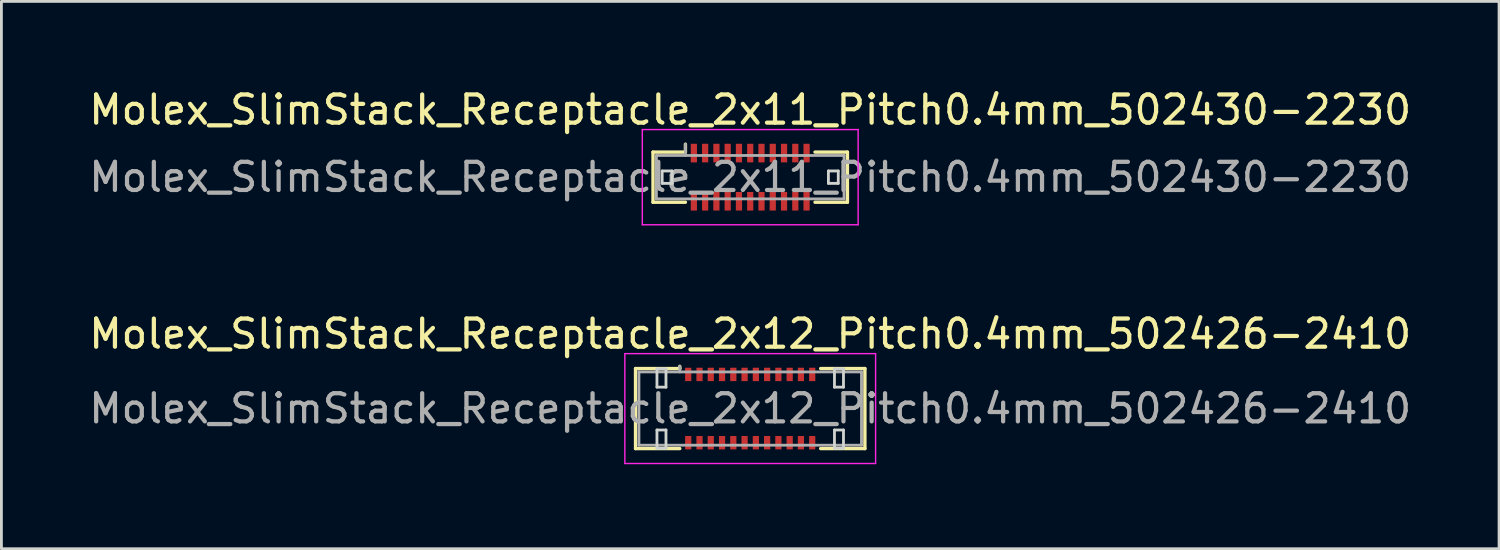
<source format=kicad_pcb>
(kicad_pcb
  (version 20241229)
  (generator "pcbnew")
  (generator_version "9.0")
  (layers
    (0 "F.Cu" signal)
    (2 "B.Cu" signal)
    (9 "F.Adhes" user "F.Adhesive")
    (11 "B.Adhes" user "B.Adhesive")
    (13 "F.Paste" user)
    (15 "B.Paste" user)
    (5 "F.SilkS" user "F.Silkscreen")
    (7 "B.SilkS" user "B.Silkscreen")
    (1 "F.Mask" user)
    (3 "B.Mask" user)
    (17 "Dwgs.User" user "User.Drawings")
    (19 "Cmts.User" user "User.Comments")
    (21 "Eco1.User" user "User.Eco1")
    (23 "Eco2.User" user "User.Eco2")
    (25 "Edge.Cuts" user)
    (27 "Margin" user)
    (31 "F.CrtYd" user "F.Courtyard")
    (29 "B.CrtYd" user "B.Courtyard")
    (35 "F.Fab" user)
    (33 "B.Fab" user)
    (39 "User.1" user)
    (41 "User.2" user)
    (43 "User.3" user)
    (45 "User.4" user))
  (footprint "Molex_SlimStack_Receptacle_2x12_Pitch0.4mm_502426-2410"
    (layer "F.Cu")
    (at 23.577 11.451)
    (property "Reference" "Molex_SlimStack_Receptacle_2x12_Pitch0.4mm_502426-2410" (at 0 -2.65 0) (layer "F.SilkS") (effects (font (size 1 1) (thickness 0.15))))
    (attr smd)
    (fp_line (start -4.07 -1.42) (end -2.5 -1.42) (stroke (width 0.12) (type solid)) (layer "F.SilkS"))
    (fp_line (start -4.07 1.42) (end -4.07 -1.42) (stroke (width 0.12) (type solid)) (layer "F.SilkS"))
    (fp_line (start -2.5 -1.42) (end -2.5 -1.5) (stroke (width 0.12) (type solid)) (layer "F.SilkS"))
    (fp_line (start -2.5 1.42) (end -4.07 1.42) (stroke (width 0.12) (type solid)) (layer "F.SilkS"))
    (fp_line (start 2.5 1.42) (end 4.07 1.42) (stroke (width 0.12) (type solid)) (layer "F.SilkS"))
    (fp_line (start 4.07 -1.42) (end 2.5 -1.42) (stroke (width 0.12) (type solid)) (layer "F.SilkS"))
    (fp_line (start 4.07 1.42) (end 4.07 -1.42) (stroke (width 0.12) (type solid)) (layer "F.SilkS"))
    (fp_line (start -3.31 -1.41) (end -3.31 -0.76) (stroke (width 0.1) (type solid)) (layer "Edge.Cuts"))
    (fp_line (start -3.31 -0.76) (end -2.99 -0.76) (stroke (width 0.1) (type solid)) (layer "Edge.Cuts"))
    (fp_line (start -3.31 0.76) (end -3.31 1.41) (stroke (width 0.1) (type solid)) (layer "Edge.Cuts"))
    (fp_line (start -3.31 1.41) (end -2.99 1.41) (stroke (width 0.1) (type solid)) (layer "Edge.Cuts"))
    (fp_line (start -2.99 -1.41) (end -3.31 -1.41) (stroke (width 0.1) (type solid)) (layer "Edge.Cuts"))
    (fp_line (start -2.99 -0.76) (end -2.99 -1.41) (stroke (width 0.1) (type solid)) (layer "Edge.Cuts"))
    (fp_line (start -2.99 0.76) (end -3.31 0.76) (stroke (width 0.1) (type solid)) (layer "Edge.Cuts"))
    (fp_line (start -2.99 1.41) (end -2.99 0.76) (stroke (width 0.1) (type solid)) (layer "Edge.Cuts"))
    (fp_line (start 2.99 -1.41) (end 2.99 -0.76) (stroke (width 0.1) (type solid)) (layer "Edge.Cuts"))
    (fp_line (start 2.99 -0.76) (end 3.31 -0.76) (stroke (width 0.1) (type solid)) (layer "Edge.Cuts"))
    (fp_line (start 2.99 0.76) (end 2.99 1.41) (stroke (width 0.1) (type solid)) (layer "Edge.Cuts"))
    (fp_line (start 2.99 1.41) (end 3.31 1.41) (stroke (width 0.1) (type solid)) (layer "Edge.Cuts"))
    (fp_line (start 3.31 -1.41) (end 2.99 -1.41) (stroke (width 0.1) (type solid)) (layer "Edge.Cuts"))
    (fp_line (start 3.31 -0.76) (end 3.31 -1.41) (stroke (width 0.1) (type solid)) (layer "Edge.Cuts"))
    (fp_line (start 3.31 0.76) (end 2.99 0.76) (stroke (width 0.1) (type solid)) (layer "Edge.Cuts"))
    (fp_line (start 3.31 1.41) (end 3.31 0.76) (stroke (width 0.1) (type solid)) (layer "Edge.Cuts"))
    (fp_line (start -4.45 -1.95) (end -4.45 1.95) (stroke (width 0.05) (type solid)) (layer "F.CrtYd"))
    (fp_line (start -4.45 1.95) (end 4.45 1.95) (stroke (width 0.05) (type solid)) (layer "F.CrtYd"))
    (fp_line (start 4.45 -1.95) (end -4.45 -1.95) (stroke (width 0.05) (type solid)) (layer "F.CrtYd"))
    (fp_line (start 4.45 1.95) (end 4.45 -1.95) (stroke (width 0.05) (type solid)) (layer "F.CrtYd"))
    (fp_line (start -3.95 -1.3) (end -3.95 1.3) (stroke (width 0.1) (type solid)) (layer "F.Fab"))
    (fp_line (start -3.95 1.3) (end 3.95 1.3) (stroke (width 0.1) (type solid)) (layer "F.Fab"))
    (fp_line (start -2.5 -1.3) (end -2.5 -1.5) (stroke (width 0.1) (type solid)) (layer "F.Fab"))
    (fp_line (start 3.95 -1.3) (end -3.95 -1.3) (stroke (width 0.1) (type solid)) (layer "F.Fab"))
    (fp_line (start 3.95 1.3) (end 3.95 -1.3) (stroke (width 0.1) (type solid)) (layer "F.Fab"))
    (fp_text user "${REFERENCE}" (at 0 0 0) (layer "F.Fab") (effects (font (size 1 1) (thickness 0.15))))
    (pad "1" smd rect (at -2.2 -1.212) (size 0.22 0.475) (layers "F.Cu" "F.Mask" "F.Paste"))
    (pad "2" smd rect (at -2.2 1.212) (size 0.22 0.475) (layers "F.Cu" "F.Mask" "F.Paste"))
    (pad "3" smd rect (at -1.8 -1.212) (size 0.22 0.475) (layers "F.Cu" "F.Mask" "F.Paste"))
    (pad "4" smd rect (at -1.8 1.212) (size 0.22 0.475) (layers "F.Cu" "F.Mask" "F.Paste"))
    (pad "5" smd rect (at -1.4 -1.212) (size 0.22 0.475) (layers "F.Cu" "F.Mask" "F.Paste"))
    (pad "6" smd rect (at -1.4 1.212) (size 0.22 0.475) (layers "F.Cu" "F.Mask" "F.Paste"))
    (pad "7" smd rect (at -1 -1.212) (size 0.22 0.475) (layers "F.Cu" "F.Mask" "F.Paste"))
    (pad "8" smd rect (at -1 1.212) (size 0.22 0.475) (layers "F.Cu" "F.Mask" "F.Paste"))
    (pad "9" smd rect (at -0.6 -1.212) (size 0.22 0.475) (layers "F.Cu" "F.Mask" "F.Paste"))
    (pad "10" smd rect (at -0.6 1.212) (size 0.22 0.475) (layers "F.Cu" "F.Mask" "F.Paste"))
    (pad "11" smd rect (at -0.2 -1.212) (size 0.22 0.475) (layers "F.Cu" "F.Mask" "F.Paste"))
    (pad "12" smd rect (at -0.2 1.212) (size 0.22 0.475) (layers "F.Cu" "F.Mask" "F.Paste"))
    (pad "13" smd rect (at 0.2 -1.212) (size 0.22 0.475) (layers "F.Cu" "F.Mask" "F.Paste"))
    (pad "14" smd rect (at 0.2 1.212) (size 0.22 0.475) (layers "F.Cu" "F.Mask" "F.Paste"))
    (pad "15" smd rect (at 0.6 -1.212) (size 0.22 0.475) (layers "F.Cu" "F.Mask" "F.Paste"))
    (pad "16" smd rect (at 0.6 1.212) (size 0.22 0.475) (layers "F.Cu" "F.Mask" "F.Paste"))
    (pad "17" smd rect (at 1 -1.212) (size 0.22 0.475) (layers "F.Cu" "F.Mask" "F.Paste"))
    (pad "18" smd rect (at 1 1.212) (size 0.22 0.475) (layers "F.Cu" "F.Mask" "F.Paste"))
    (pad "19" smd rect (at 1.4 -1.212) (size 0.22 0.475) (layers "F.Cu" "F.Mask" "F.Paste"))
    (pad "20" smd rect (at 1.4 1.212) (size 0.22 0.475) (layers "F.Cu" "F.Mask" "F.Paste"))
    (pad "21" smd rect (at 1.8 -1.212) (size 0.22 0.475) (layers "F.Cu" "F.Mask" "F.Paste"))
    (pad "22" smd rect (at 1.8 1.212) (size 0.22 0.475) (layers "F.Cu" "F.Mask" "F.Paste"))
    (pad "23" smd rect (at 2.2 -1.212) (size 0.22 0.475) (layers "F.Cu" "F.Mask" "F.Paste"))
    (pad "24" smd rect (at 2.2 1.212) (size 0.22 0.475) (layers "F.Cu" "F.Mask" "F.Paste")))
  (footprint "Molex_SlimStack_Receptacle_2x11_Pitch0.4mm_502430-2230"
    (layer "F.Cu")
    (at 23.577 3.238)
    (property "Reference" "Molex_SlimStack_Receptacle_2x11_Pitch0.4mm_502430-2230" (at 0 -2.39 0) (layer "F.SilkS") (effects (font (size 1 1) (thickness 0.15))))
    (attr smd)
    (fp_line (start -3.45 -0.89) (end -2.3 -0.89) (stroke (width 0.12) (type solid)) (layer "F.SilkS"))
    (fp_line (start -3.45 0.89) (end -3.45 -0.89) (stroke (width 0.12) (type solid)) (layer "F.SilkS"))
    (fp_line (start -2.3 -0.89) (end -2.3 -1.17) (stroke (width 0.12) (type solid)) (layer "F.SilkS"))
    (fp_line (start -2.3 0.89) (end -3.45 0.89) (stroke (width 0.12) (type solid)) (layer "F.SilkS"))
    (fp_line (start 2.3 0.89) (end 3.45 0.89) (stroke (width 0.12) (type solid)) (layer "F.SilkS"))
    (fp_line (start 3.45 -0.89) (end 2.3 -0.89) (stroke (width 0.12) (type solid)) (layer "F.SilkS"))
    (fp_line (start 3.45 0.89) (end 3.45 -0.89) (stroke (width 0.12) (type solid)) (layer "F.SilkS"))
    (fp_line (start -3.125 -0.22) (end -3.125 0.22) (stroke (width 0.1) (type solid)) (layer "Edge.Cuts"))
    (fp_line (start -3.125 0.22) (end -2.775 0.22) (stroke (width 0.1) (type solid)) (layer "Edge.Cuts"))
    (fp_line (start -2.775 -0.22) (end -3.125 -0.22) (stroke (width 0.1) (type solid)) (layer "Edge.Cuts"))
    (fp_line (start -2.775 0.22) (end -2.775 -0.22) (stroke (width 0.1) (type solid)) (layer "Edge.Cuts"))
    (fp_line (start 2.775 -0.22) (end 2.775 0.22) (stroke (width 0.1) (type solid)) (layer "Edge.Cuts"))
    (fp_line (start 2.775 0.22) (end 3.125 0.22) (stroke (width 0.1) (type solid)) (layer "Edge.Cuts"))
    (fp_line (start 3.125 -0.22) (end 2.775 -0.22) (stroke (width 0.1) (type solid)) (layer "Edge.Cuts"))
    (fp_line (start 3.125 0.22) (end 3.125 -0.22) (stroke (width 0.1) (type solid)) (layer "Edge.Cuts"))
    (fp_line (start -3.83 -1.69) (end -3.83 1.69) (stroke (width 0.05) (type solid)) (layer "F.CrtYd"))
    (fp_line (start -3.83 1.69) (end 3.83 1.69) (stroke (width 0.05) (type solid)) (layer "F.CrtYd"))
    (fp_line (start 3.83 -1.69) (end -3.83 -1.69) (stroke (width 0.05) (type solid)) (layer "F.CrtYd"))
    (fp_line (start 3.83 1.69) (end 3.83 -1.69) (stroke (width 0.05) (type solid)) (layer "F.CrtYd"))
    (fp_line (start -3.33 -0.77) (end -3.33 0.77) (stroke (width 0.1) (type solid)) (layer "F.Fab"))
    (fp_line (start -3.33 0.77) (end 3.33 0.77) (stroke (width 0.1) (type solid)) (layer "F.Fab"))
    (fp_line (start -2.3 -0.77) (end -2.3 -1.17) (stroke (width 0.1) (type solid)) (layer "F.Fab"))
    (fp_line (start 3.33 -0.77) (end -3.33 -0.77) (stroke (width 0.1) (type solid)) (layer "F.Fab"))
    (fp_line (start 3.33 0.77) (end 3.33 -0.77) (stroke (width 0.1) (type solid)) (layer "F.Fab"))
    (fp_text user "${REFERENCE}" (at 0 0 0) (layer "F.Fab") (effects (font (size 1 1) (thickness 0.15))))
    (pad "1" smd rect (at -2 -0.855) (size 0.22 0.66) (layers "F.Cu" "F.Mask" "F.Paste"))
    (pad "2" smd rect (at -2 0.855) (size 0.22 0.66) (layers "F.Cu" "F.Mask" "F.Paste"))
    (pad "3" smd rect (at -1.6 -0.855) (size 0.22 0.66) (layers "F.Cu" "F.Mask" "F.Paste"))
    (pad "4" smd rect (at -1.6 0.855) (size 0.22 0.66) (layers "F.Cu" "F.Mask" "F.Paste"))
    (pad "5" smd rect (at -1.2 -0.855) (size 0.22 0.66) (layers "F.Cu" "F.Mask" "F.Paste"))
    (pad "6" smd rect (at -1.2 0.855) (size 0.22 0.66) (layers "F.Cu" "F.Mask" "F.Paste"))
    (pad "7" smd rect (at -0.8 -0.855) (size 0.22 0.66) (layers "F.Cu" "F.Mask" "F.Paste"))
    (pad "8" smd rect (at -0.8 0.855) (size 0.22 0.66) (layers "F.Cu" "F.Mask" "F.Paste"))
    (pad "9" smd rect (at -0.4 -0.855) (size 0.22 0.66) (layers "F.Cu" "F.Mask" "F.Paste"))
    (pad "10" smd rect (at -0.4 0.855) (size 0.22 0.66) (layers "F.Cu" "F.Mask" "F.Paste"))
    (pad "11" smd rect (at 0 -0.855) (size 0.22 0.66) (layers "F.Cu" "F.Mask" "F.Paste"))
    (pad "12" smd rect (at 0 0.855) (size 0.22 0.66) (layers "F.Cu" "F.Mask" "F.Paste"))
    (pad "13" smd rect (at 0.4 -0.855) (size 0.22 0.66) (layers "F.Cu" "F.Mask" "F.Paste"))
    (pad "14" smd rect (at 0.4 0.855) (size 0.22 0.66) (layers "F.Cu" "F.Mask" "F.Paste"))
    (pad "15" smd rect (at 0.8 -0.855) (size 0.22 0.66) (layers "F.Cu" "F.Mask" "F.Paste"))
    (pad "16" smd rect (at 0.8 0.855) (size 0.22 0.66) (layers "F.Cu" "F.Mask" "F.Paste"))
    (pad "17" smd rect (at 1.2 -0.855) (size 0.22 0.66) (layers "F.Cu" "F.Mask" "F.Paste"))
    (pad "18" smd rect (at 1.2 0.855) (size 0.22 0.66) (layers "F.Cu" "F.Mask" "F.Paste"))
    (pad "19" smd rect (at 1.6 -0.855) (size 0.22 0.66) (layers "F.Cu" "F.Mask" "F.Paste"))
    (pad "20" smd rect (at 1.6 0.855) (size 0.22 0.66) (layers "F.Cu" "F.Mask" "F.Paste"))
    (pad "21" smd rect (at 2 -0.855) (size 0.22 0.66) (layers "F.Cu" "F.Mask" "F.Paste"))
    (pad "22" smd rect (at 2 0.855) (size 0.22 0.66) (layers "F.Cu" "F.Mask" "F.Paste")))
  (gr_rect
    (start -3 -3)
    (end 50.155 16.427)
    (stroke (width 0.1) (type default))
    (fill no)
    (layer "Edge.Cuts")))
</source>
